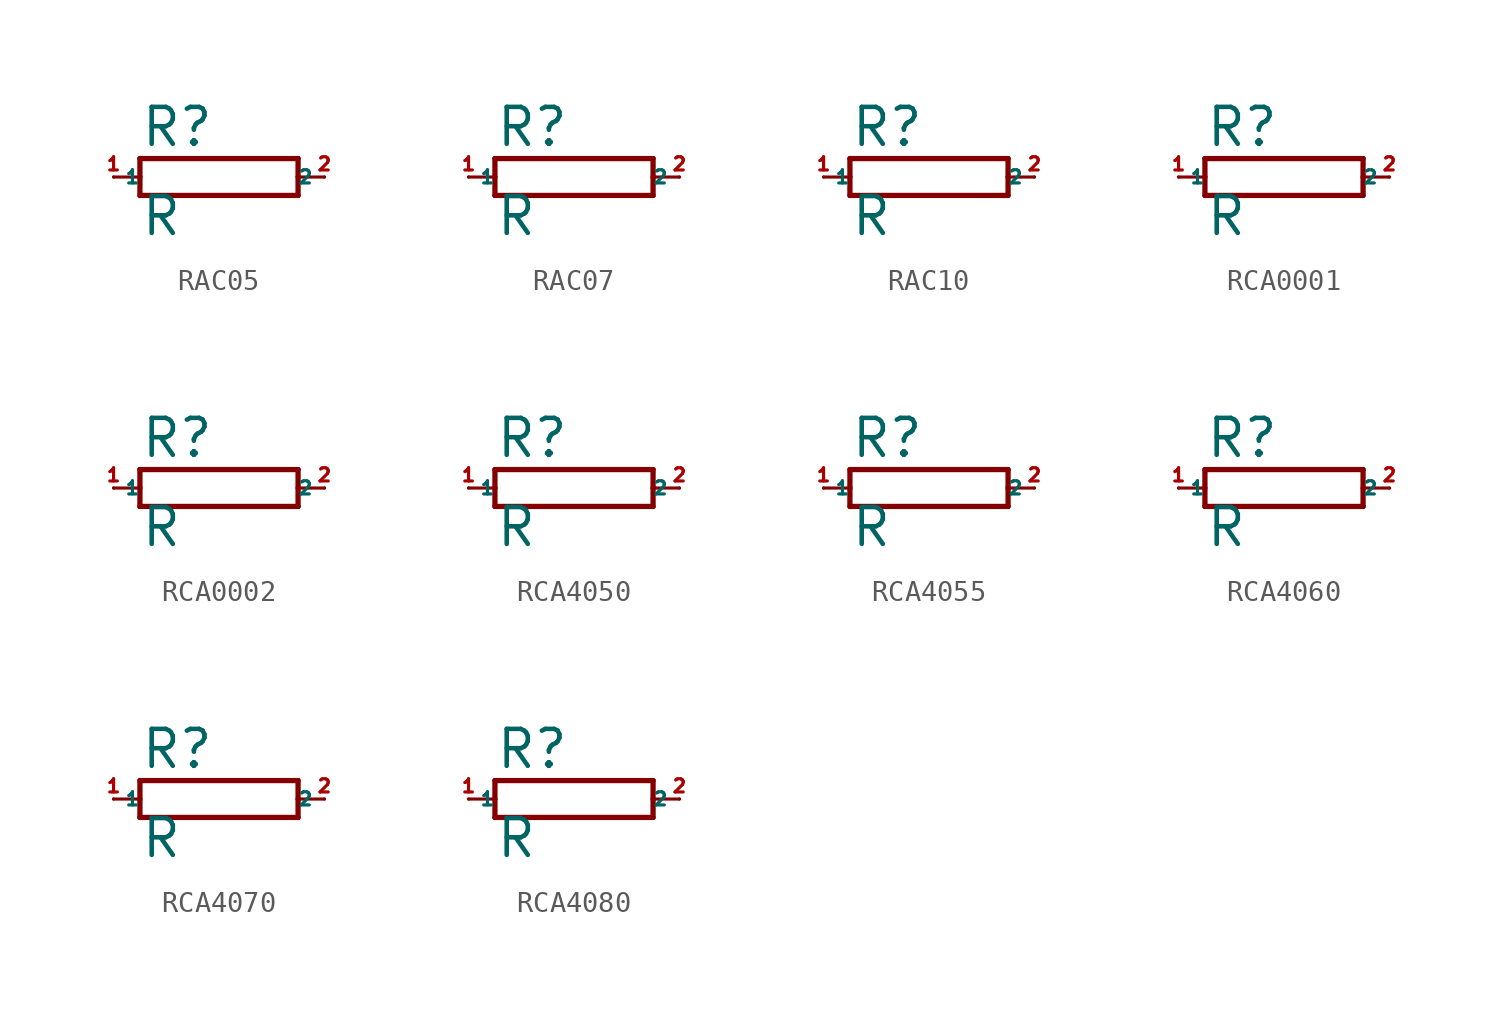
<source format=kicad_sym>
(kicad_symbol_lib
  (version 20220914)
  (generator Eagle2Kicad)
  (symbol "RAC05"
    (property "Reference" "R"
      (at -3.81 1.372 0)
      (effects (font (size 1.778 1.778) (thickness 0.22)) (justify left bottom)))
    (property "Value" "R"
      (at -3.81 -2.921 0)
      (effects (font (size 1.778 1.778) (thickness 0.22)) (justify left bottom)))
    (polyline
      (pts (xy -3.81 -0.889) (xy 3.81 -0.889))
      (stroke (width 0.254) (type default))
      (fill (type none)))
    (polyline
      (pts (xy 3.81 -0.889) (xy 3.81 0))
      (stroke (width 0.254) (type default))
      (fill (type none)))
    (polyline
      (pts (xy 3.81 0.889) (xy -3.81 0.889))
      (stroke (width 0.254) (type default))
      (fill (type none)))
    (polyline
      (pts (xy -3.81 -0.889) (xy -3.81 0))
      (stroke (width 0.254) (type default))
      (fill (type none)))
    (polyline
      (pts (xy 3.81 0) (xy 5.08 0))
      (stroke (width 0.152) (type default))
      (fill (type none)))
    (polyline
      (pts (xy 3.81 0) (xy 3.81 0.889))
      (stroke (width 0.254) (type default))
      (fill (type none)))
    (polyline
      (pts (xy -5.08 0) (xy -3.81 0))
      (stroke (width 0.152) (type default))
      (fill (type none)))
    (polyline
      (pts (xy -3.81 0) (xy -3.81 0.889))
      (stroke (width 0.254) (type default))
      (fill (type none)))
    (pin passive line
      (at 5.08 0 180)
      (length 0)
      (name "2" (effects (font (size 0.635 0.635) (thickness 0.08)) (justify left bottom)))
      (number "2" (effects (font (size 0.635 0.635) (thickness 0.08)) (justify left bottom))))
    (pin passive line
      (at -5.08 0 0)
      (length 0)
      (name "1" (effects (font (size 0.635 0.635) (thickness 0.08)) (justify left bottom)))
      (number "1" (effects (font (size 0.635 0.635) (thickness 0.08)) (justify left bottom)))))
  (symbol "RAC07"
    (property "Reference" "R"
      (at -3.81 1.372 0)
      (effects (font (size 1.778 1.778) (thickness 0.22)) (justify left bottom)))
    (property "Value" "R"
      (at -3.81 -2.921 0)
      (effects (font (size 1.778 1.778) (thickness 0.22)) (justify left bottom)))
    (polyline
      (pts (xy -3.81 -0.889) (xy 3.81 -0.889))
      (stroke (width 0.254) (type default))
      (fill (type none)))
    (polyline
      (pts (xy 3.81 -0.889) (xy 3.81 0))
      (stroke (width 0.254) (type default))
      (fill (type none)))
    (polyline
      (pts (xy 3.81 0.889) (xy -3.81 0.889))
      (stroke (width 0.254) (type default))
      (fill (type none)))
    (polyline
      (pts (xy -3.81 -0.889) (xy -3.81 0))
      (stroke (width 0.254) (type default))
      (fill (type none)))
    (polyline
      (pts (xy 3.81 0) (xy 5.08 0))
      (stroke (width 0.152) (type default))
      (fill (type none)))
    (polyline
      (pts (xy 3.81 0) (xy 3.81 0.889))
      (stroke (width 0.254) (type default))
      (fill (type none)))
    (polyline
      (pts (xy -5.08 0) (xy -3.81 0))
      (stroke (width 0.152) (type default))
      (fill (type none)))
    (polyline
      (pts (xy -3.81 0) (xy -3.81 0.889))
      (stroke (width 0.254) (type default))
      (fill (type none)))
    (pin passive line
      (at 5.08 0 180)
      (length 0)
      (name "2" (effects (font (size 0.635 0.635) (thickness 0.08)) (justify left bottom)))
      (number "2" (effects (font (size 0.635 0.635) (thickness 0.08)) (justify left bottom))))
    (pin passive line
      (at -5.08 0 0)
      (length 0)
      (name "1" (effects (font (size 0.635 0.635) (thickness 0.08)) (justify left bottom)))
      (number "1" (effects (font (size 0.635 0.635) (thickness 0.08)) (justify left bottom)))))
  (symbol "RAC10"
    (property "Reference" "R"
      (at -3.81 1.372 0)
      (effects (font (size 1.778 1.778) (thickness 0.22)) (justify left bottom)))
    (property "Value" "R"
      (at -3.81 -2.921 0)
      (effects (font (size 1.778 1.778) (thickness 0.22)) (justify left bottom)))
    (polyline
      (pts (xy -3.81 -0.889) (xy 3.81 -0.889))
      (stroke (width 0.254) (type default))
      (fill (type none)))
    (polyline
      (pts (xy 3.81 -0.889) (xy 3.81 0))
      (stroke (width 0.254) (type default))
      (fill (type none)))
    (polyline
      (pts (xy 3.81 0.889) (xy -3.81 0.889))
      (stroke (width 0.254) (type default))
      (fill (type none)))
    (polyline
      (pts (xy -3.81 -0.889) (xy -3.81 0))
      (stroke (width 0.254) (type default))
      (fill (type none)))
    (polyline
      (pts (xy 3.81 0) (xy 5.08 0))
      (stroke (width 0.152) (type default))
      (fill (type none)))
    (polyline
      (pts (xy 3.81 0) (xy 3.81 0.889))
      (stroke (width 0.254) (type default))
      (fill (type none)))
    (polyline
      (pts (xy -5.08 0) (xy -3.81 0))
      (stroke (width 0.152) (type default))
      (fill (type none)))
    (polyline
      (pts (xy -3.81 0) (xy -3.81 0.889))
      (stroke (width 0.254) (type default))
      (fill (type none)))
    (pin passive line
      (at 5.08 0 180)
      (length 0)
      (name "2" (effects (font (size 0.635 0.635) (thickness 0.08)) (justify left bottom)))
      (number "2" (effects (font (size 0.635 0.635) (thickness 0.08)) (justify left bottom))))
    (pin passive line
      (at -5.08 0 0)
      (length 0)
      (name "1" (effects (font (size 0.635 0.635) (thickness 0.08)) (justify left bottom)))
      (number "1" (effects (font (size 0.635 0.635) (thickness 0.08)) (justify left bottom)))))
  (symbol "RCA0001"
    (property "Reference" "R"
      (at -3.81 1.372 0)
      (effects (font (size 1.778 1.778) (thickness 0.22)) (justify left bottom)))
    (property "Value" "R"
      (at -3.81 -2.921 0)
      (effects (font (size 1.778 1.778) (thickness 0.22)) (justify left bottom)))
    (polyline
      (pts (xy -3.81 -0.889) (xy 3.81 -0.889))
      (stroke (width 0.254) (type default))
      (fill (type none)))
    (polyline
      (pts (xy 3.81 -0.889) (xy 3.81 0))
      (stroke (width 0.254) (type default))
      (fill (type none)))
    (polyline
      (pts (xy 3.81 0.889) (xy -3.81 0.889))
      (stroke (width 0.254) (type default))
      (fill (type none)))
    (polyline
      (pts (xy -3.81 -0.889) (xy -3.81 0))
      (stroke (width 0.254) (type default))
      (fill (type none)))
    (polyline
      (pts (xy 3.81 0) (xy 5.08 0))
      (stroke (width 0.152) (type default))
      (fill (type none)))
    (polyline
      (pts (xy 3.81 0) (xy 3.81 0.889))
      (stroke (width 0.254) (type default))
      (fill (type none)))
    (polyline
      (pts (xy -5.08 0) (xy -3.81 0))
      (stroke (width 0.152) (type default))
      (fill (type none)))
    (polyline
      (pts (xy -3.81 0) (xy -3.81 0.889))
      (stroke (width 0.254) (type default))
      (fill (type none)))
    (pin passive line
      (at 5.08 0 180)
      (length 0)
      (name "2" (effects (font (size 0.635 0.635) (thickness 0.08)) (justify left bottom)))
      (number "2" (effects (font (size 0.635 0.635) (thickness 0.08)) (justify left bottom))))
    (pin passive line
      (at -5.08 0 0)
      (length 0)
      (name "1" (effects (font (size 0.635 0.635) (thickness 0.08)) (justify left bottom)))
      (number "1" (effects (font (size 0.635 0.635) (thickness 0.08)) (justify left bottom)))))
  (symbol "RCA0002"
    (property "Reference" "R"
      (at -3.81 1.372 0)
      (effects (font (size 1.778 1.778) (thickness 0.22)) (justify left bottom)))
    (property "Value" "R"
      (at -3.81 -2.921 0)
      (effects (font (size 1.778 1.778) (thickness 0.22)) (justify left bottom)))
    (polyline
      (pts (xy -3.81 -0.889) (xy 3.81 -0.889))
      (stroke (width 0.254) (type default))
      (fill (type none)))
    (polyline
      (pts (xy 3.81 -0.889) (xy 3.81 0))
      (stroke (width 0.254) (type default))
      (fill (type none)))
    (polyline
      (pts (xy 3.81 0.889) (xy -3.81 0.889))
      (stroke (width 0.254) (type default))
      (fill (type none)))
    (polyline
      (pts (xy -3.81 -0.889) (xy -3.81 0))
      (stroke (width 0.254) (type default))
      (fill (type none)))
    (polyline
      (pts (xy 3.81 0) (xy 5.08 0))
      (stroke (width 0.152) (type default))
      (fill (type none)))
    (polyline
      (pts (xy 3.81 0) (xy 3.81 0.889))
      (stroke (width 0.254) (type default))
      (fill (type none)))
    (polyline
      (pts (xy -5.08 0) (xy -3.81 0))
      (stroke (width 0.152) (type default))
      (fill (type none)))
    (polyline
      (pts (xy -3.81 0) (xy -3.81 0.889))
      (stroke (width 0.254) (type default))
      (fill (type none)))
    (pin passive line
      (at 5.08 0 180)
      (length 0)
      (name "2" (effects (font (size 0.635 0.635) (thickness 0.08)) (justify left bottom)))
      (number "2" (effects (font (size 0.635 0.635) (thickness 0.08)) (justify left bottom))))
    (pin passive line
      (at -5.08 0 0)
      (length 0)
      (name "1" (effects (font (size 0.635 0.635) (thickness 0.08)) (justify left bottom)))
      (number "1" (effects (font (size 0.635 0.635) (thickness 0.08)) (justify left bottom)))))
  (symbol "RCA4050"
    (property "Reference" "R"
      (at -3.81 1.372 0)
      (effects (font (size 1.778 1.778) (thickness 0.22)) (justify left bottom)))
    (property "Value" "R"
      (at -3.81 -2.921 0)
      (effects (font (size 1.778 1.778) (thickness 0.22)) (justify left bottom)))
    (polyline
      (pts (xy -3.81 -0.889) (xy 3.81 -0.889))
      (stroke (width 0.254) (type default))
      (fill (type none)))
    (polyline
      (pts (xy 3.81 -0.889) (xy 3.81 0))
      (stroke (width 0.254) (type default))
      (fill (type none)))
    (polyline
      (pts (xy 3.81 0.889) (xy -3.81 0.889))
      (stroke (width 0.254) (type default))
      (fill (type none)))
    (polyline
      (pts (xy -3.81 -0.889) (xy -3.81 0))
      (stroke (width 0.254) (type default))
      (fill (type none)))
    (polyline
      (pts (xy 3.81 0) (xy 5.08 0))
      (stroke (width 0.152) (type default))
      (fill (type none)))
    (polyline
      (pts (xy 3.81 0) (xy 3.81 0.889))
      (stroke (width 0.254) (type default))
      (fill (type none)))
    (polyline
      (pts (xy -5.08 0) (xy -3.81 0))
      (stroke (width 0.152) (type default))
      (fill (type none)))
    (polyline
      (pts (xy -3.81 0) (xy -3.81 0.889))
      (stroke (width 0.254) (type default))
      (fill (type none)))
    (pin passive line
      (at 5.08 0 180)
      (length 0)
      (name "2" (effects (font (size 0.635 0.635) (thickness 0.08)) (justify left bottom)))
      (number "2" (effects (font (size 0.635 0.635) (thickness 0.08)) (justify left bottom))))
    (pin passive line
      (at -5.08 0 0)
      (length 0)
      (name "1" (effects (font (size 0.635 0.635) (thickness 0.08)) (justify left bottom)))
      (number "1" (effects (font (size 0.635 0.635) (thickness 0.08)) (justify left bottom)))))
  (symbol "RCA4055"
    (property "Reference" "R"
      (at -3.81 1.372 0)
      (effects (font (size 1.778 1.778) (thickness 0.22)) (justify left bottom)))
    (property "Value" "R"
      (at -3.81 -2.921 0)
      (effects (font (size 1.778 1.778) (thickness 0.22)) (justify left bottom)))
    (polyline
      (pts (xy -3.81 -0.889) (xy 3.81 -0.889))
      (stroke (width 0.254) (type default))
      (fill (type none)))
    (polyline
      (pts (xy 3.81 -0.889) (xy 3.81 0))
      (stroke (width 0.254) (type default))
      (fill (type none)))
    (polyline
      (pts (xy 3.81 0.889) (xy -3.81 0.889))
      (stroke (width 0.254) (type default))
      (fill (type none)))
    (polyline
      (pts (xy -3.81 -0.889) (xy -3.81 0))
      (stroke (width 0.254) (type default))
      (fill (type none)))
    (polyline
      (pts (xy 3.81 0) (xy 5.08 0))
      (stroke (width 0.152) (type default))
      (fill (type none)))
    (polyline
      (pts (xy 3.81 0) (xy 3.81 0.889))
      (stroke (width 0.254) (type default))
      (fill (type none)))
    (polyline
      (pts (xy -5.08 0) (xy -3.81 0))
      (stroke (width 0.152) (type default))
      (fill (type none)))
    (polyline
      (pts (xy -3.81 0) (xy -3.81 0.889))
      (stroke (width 0.254) (type default))
      (fill (type none)))
    (pin passive line
      (at 5.08 0 180)
      (length 0)
      (name "2" (effects (font (size 0.635 0.635) (thickness 0.08)) (justify left bottom)))
      (number "2" (effects (font (size 0.635 0.635) (thickness 0.08)) (justify left bottom))))
    (pin passive line
      (at -5.08 0 0)
      (length 0)
      (name "1" (effects (font (size 0.635 0.635) (thickness 0.08)) (justify left bottom)))
      (number "1" (effects (font (size 0.635 0.635) (thickness 0.08)) (justify left bottom)))))
  (symbol "RCA4060"
    (property "Reference" "R"
      (at -3.81 1.372 0)
      (effects (font (size 1.778 1.778) (thickness 0.22)) (justify left bottom)))
    (property "Value" "R"
      (at -3.81 -2.921 0)
      (effects (font (size 1.778 1.778) (thickness 0.22)) (justify left bottom)))
    (polyline
      (pts (xy -3.81 -0.889) (xy 3.81 -0.889))
      (stroke (width 0.254) (type default))
      (fill (type none)))
    (polyline
      (pts (xy 3.81 -0.889) (xy 3.81 0))
      (stroke (width 0.254) (type default))
      (fill (type none)))
    (polyline
      (pts (xy 3.81 0.889) (xy -3.81 0.889))
      (stroke (width 0.254) (type default))
      (fill (type none)))
    (polyline
      (pts (xy -3.81 -0.889) (xy -3.81 0))
      (stroke (width 0.254) (type default))
      (fill (type none)))
    (polyline
      (pts (xy 3.81 0) (xy 5.08 0))
      (stroke (width 0.152) (type default))
      (fill (type none)))
    (polyline
      (pts (xy 3.81 0) (xy 3.81 0.889))
      (stroke (width 0.254) (type default))
      (fill (type none)))
    (polyline
      (pts (xy -5.08 0) (xy -3.81 0))
      (stroke (width 0.152) (type default))
      (fill (type none)))
    (polyline
      (pts (xy -3.81 0) (xy -3.81 0.889))
      (stroke (width 0.254) (type default))
      (fill (type none)))
    (pin passive line
      (at 5.08 0 180)
      (length 0)
      (name "2" (effects (font (size 0.635 0.635) (thickness 0.08)) (justify left bottom)))
      (number "2" (effects (font (size 0.635 0.635) (thickness 0.08)) (justify left bottom))))
    (pin passive line
      (at -5.08 0 0)
      (length 0)
      (name "1" (effects (font (size 0.635 0.635) (thickness 0.08)) (justify left bottom)))
      (number "1" (effects (font (size 0.635 0.635) (thickness 0.08)) (justify left bottom)))))
  (symbol "RCA4070"
    (property "Reference" "R"
      (at -3.81 1.372 0)
      (effects (font (size 1.778 1.778) (thickness 0.22)) (justify left bottom)))
    (property "Value" "R"
      (at -3.81 -2.921 0)
      (effects (font (size 1.778 1.778) (thickness 0.22)) (justify left bottom)))
    (polyline
      (pts (xy -3.81 -0.889) (xy 3.81 -0.889))
      (stroke (width 0.254) (type default))
      (fill (type none)))
    (polyline
      (pts (xy 3.81 -0.889) (xy 3.81 0))
      (stroke (width 0.254) (type default))
      (fill (type none)))
    (polyline
      (pts (xy 3.81 0.889) (xy -3.81 0.889))
      (stroke (width 0.254) (type default))
      (fill (type none)))
    (polyline
      (pts (xy -3.81 -0.889) (xy -3.81 0))
      (stroke (width 0.254) (type default))
      (fill (type none)))
    (polyline
      (pts (xy 3.81 0) (xy 5.08 0))
      (stroke (width 0.152) (type default))
      (fill (type none)))
    (polyline
      (pts (xy 3.81 0) (xy 3.81 0.889))
      (stroke (width 0.254) (type default))
      (fill (type none)))
    (polyline
      (pts (xy -5.08 0) (xy -3.81 0))
      (stroke (width 0.152) (type default))
      (fill (type none)))
    (polyline
      (pts (xy -3.81 0) (xy -3.81 0.889))
      (stroke (width 0.254) (type default))
      (fill (type none)))
    (pin passive line
      (at 5.08 0 180)
      (length 0)
      (name "2" (effects (font (size 0.635 0.635) (thickness 0.08)) (justify left bottom)))
      (number "2" (effects (font (size 0.635 0.635) (thickness 0.08)) (justify left bottom))))
    (pin passive line
      (at -5.08 0 0)
      (length 0)
      (name "1" (effects (font (size 0.635 0.635) (thickness 0.08)) (justify left bottom)))
      (number "1" (effects (font (size 0.635 0.635) (thickness 0.08)) (justify left bottom)))))
  (symbol "RCA4080"
    (property "Reference" "R"
      (at -3.81 1.372 0)
      (effects (font (size 1.778 1.778) (thickness 0.22)) (justify left bottom)))
    (property "Value" "R"
      (at -3.81 -2.921 0)
      (effects (font (size 1.778 1.778) (thickness 0.22)) (justify left bottom)))
    (polyline
      (pts (xy -3.81 -0.889) (xy 3.81 -0.889))
      (stroke (width 0.254) (type default))
      (fill (type none)))
    (polyline
      (pts (xy 3.81 -0.889) (xy 3.81 0))
      (stroke (width 0.254) (type default))
      (fill (type none)))
    (polyline
      (pts (xy 3.81 0.889) (xy -3.81 0.889))
      (stroke (width 0.254) (type default))
      (fill (type none)))
    (polyline
      (pts (xy -3.81 -0.889) (xy -3.81 0))
      (stroke (width 0.254) (type default))
      (fill (type none)))
    (polyline
      (pts (xy 3.81 0) (xy 5.08 0))
      (stroke (width 0.152) (type default))
      (fill (type none)))
    (polyline
      (pts (xy 3.81 0) (xy 3.81 0.889))
      (stroke (width 0.254) (type default))
      (fill (type none)))
    (polyline
      (pts (xy -5.08 0) (xy -3.81 0))
      (stroke (width 0.152) (type default))
      (fill (type none)))
    (polyline
      (pts (xy -3.81 0) (xy -3.81 0.889))
      (stroke (width 0.254) (type default))
      (fill (type none)))
    (pin passive line
      (at 5.08 0 180)
      (length 0)
      (name "2" (effects (font (size 0.635 0.635) (thickness 0.08)) (justify left bottom)))
      (number "2" (effects (font (size 0.635 0.635) (thickness 0.08)) (justify left bottom))))
    (pin passive line
      (at -5.08 0 0)
      (length 0)
      (name "1" (effects (font (size 0.635 0.635) (thickness 0.08)) (justify left bottom)))
      (number "1" (effects (font (size 0.635 0.635) (thickness 0.08)) (justify left bottom))))))
</source>
